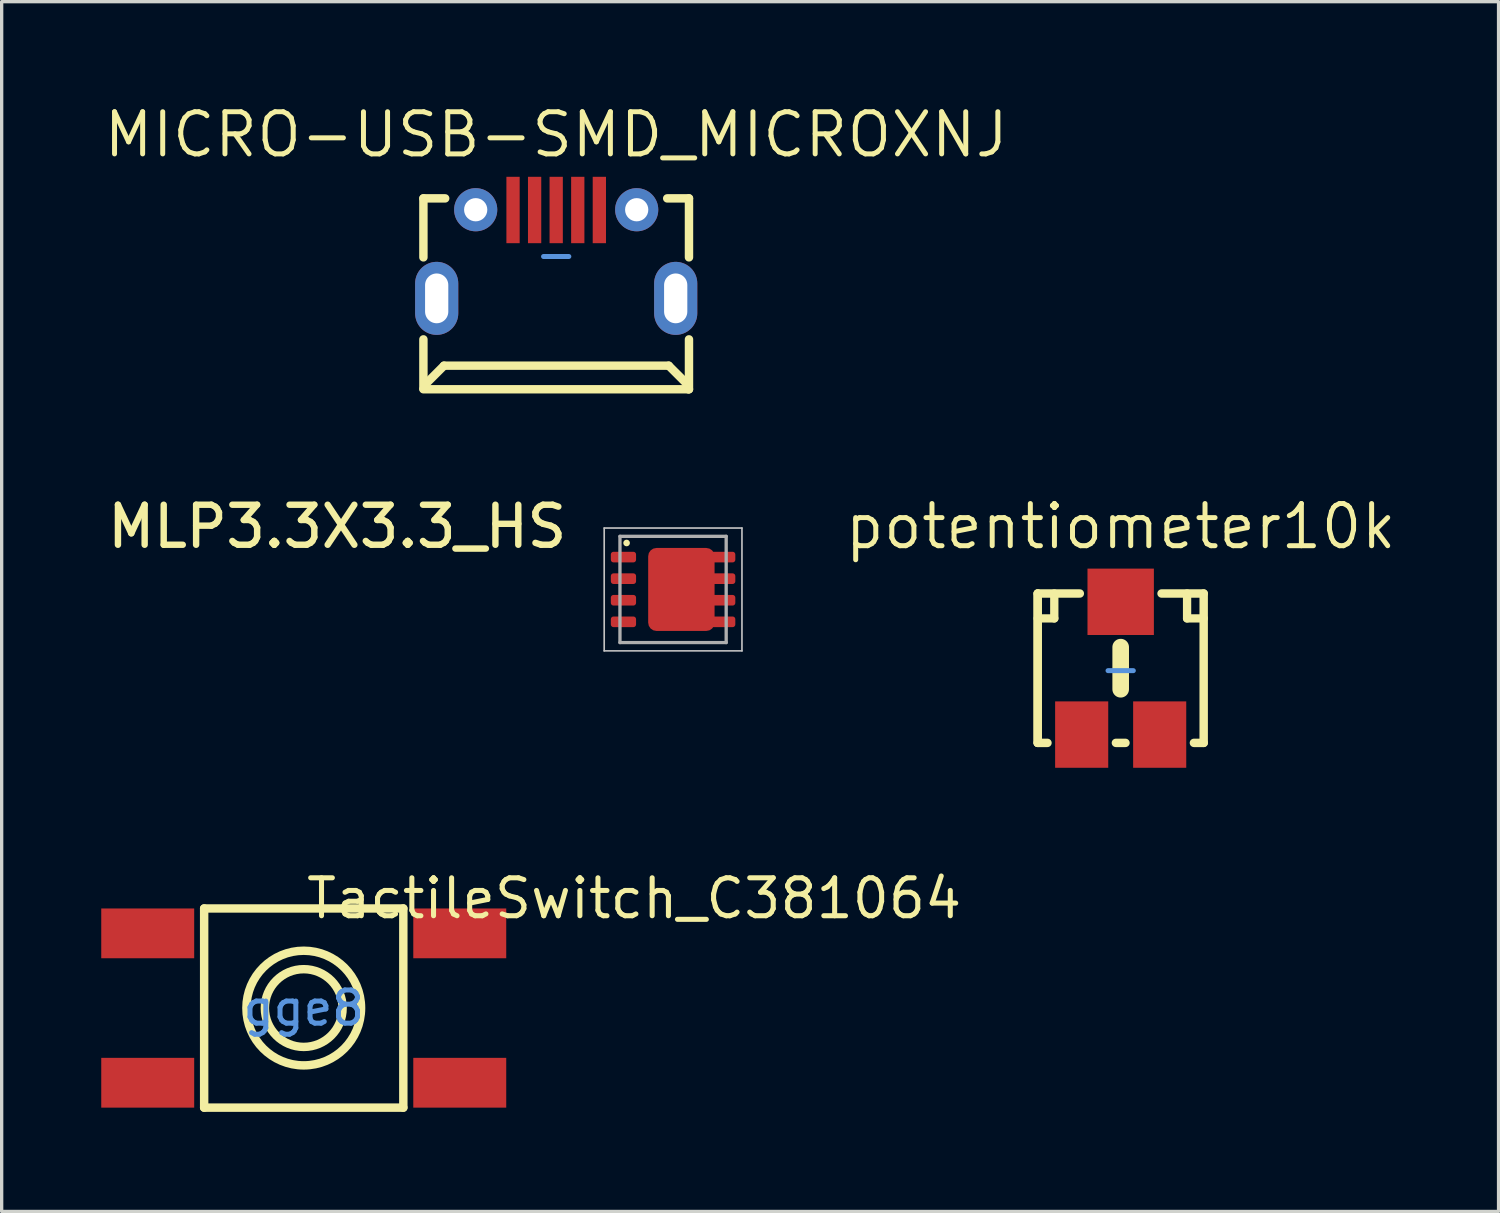
<source format=kicad_pcb>
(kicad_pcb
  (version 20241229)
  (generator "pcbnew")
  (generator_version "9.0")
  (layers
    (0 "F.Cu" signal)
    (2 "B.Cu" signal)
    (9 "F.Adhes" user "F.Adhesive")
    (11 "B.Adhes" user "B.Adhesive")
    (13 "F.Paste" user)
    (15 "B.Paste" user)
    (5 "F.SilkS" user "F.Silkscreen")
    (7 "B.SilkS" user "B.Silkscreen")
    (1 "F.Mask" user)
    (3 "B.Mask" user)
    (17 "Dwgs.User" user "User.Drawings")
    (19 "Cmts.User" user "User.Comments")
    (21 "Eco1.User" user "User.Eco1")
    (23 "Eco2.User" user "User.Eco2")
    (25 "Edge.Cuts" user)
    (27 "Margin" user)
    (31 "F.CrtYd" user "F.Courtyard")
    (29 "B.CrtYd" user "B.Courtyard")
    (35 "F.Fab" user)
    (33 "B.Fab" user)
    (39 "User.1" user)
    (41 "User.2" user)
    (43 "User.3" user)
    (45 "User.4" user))
  (footprint "potentiometer10k"
    (layer "F.Cu")
    (at 30.71 17.079)
    (property "Reference" "potentiometer10k" (at 0 -4.27 0) (layer "F.SilkS") (effects (font (size 1.27 1.27) (thickness 0.15))))
    (attr smd)
    (fp_line (start -2.5 -2.25) (end -2.5 2.25) (stroke (width 0.25) (type solid)) (layer "F.SilkS"))
    (fp_line (start -2.5 -2.25) (end -2.5 2.25) (stroke (width 0.254) (type solid)) (layer "F.SilkS"))
    (fp_line (start -2.5 2.25) (end -2.206 2.25) (stroke (width 0.254) (type solid)) (layer "F.SilkS"))
    (fp_line (start -2 -2.25) (end -2 -1.5) (stroke (width 0.25) (type solid)) (layer "F.SilkS"))
    (fp_line (start -2 -1.5) (end -2.5 -1.5) (stroke (width 0.25) (type solid)) (layer "F.SilkS"))
    (fp_line (start -1.231 -2.25) (end -2.5 -2.25) (stroke (width 0.254) (type solid)) (layer "F.SilkS"))
    (fp_line (start -0.144 2.25) (end 0.144 2.25) (stroke (width 0.254) (type solid)) (layer "F.SilkS"))
    (fp_line (start 0 0.635) (end 0 -0.635) (stroke (width 0.5) (type solid)) (layer "F.SilkS"))
    (fp_line (start 2 -2.25) (end 2 -1.5) (stroke (width 0.25) (type solid)) (layer "F.SilkS"))
    (fp_line (start 2 -1.5) (end 2.5 -1.5) (stroke (width 0.25) (type solid)) (layer "F.SilkS"))
    (fp_line (start 2.206 2.25) (end 2.5 2.25) (stroke (width 0.254) (type solid)) (layer "F.SilkS"))
    (fp_line (start 2.5 -2.25) (end 1.231 -2.25) (stroke (width 0.254) (type solid)) (layer "F.SilkS"))
    (fp_line (start 2.5 2.25) (end 2.5 -2.25) (stroke (width 0.254) (type solid)) (layer "F.SilkS"))
    (fp_text user "-" (at 0 0 0) (layer "Cmts.User") (effects (font (size 1 1) (thickness 0.15))))
    (pad "1" smd rect (at 1.175 2) (size 1.6 2) (layers "F.Cu" "F.Mask" "F.Paste"))
    (pad "2" smd rect (at 0 -2) (size 2 2) (layers "F.Cu" "F.Mask" "F.Paste"))
    (pad "3" smd rect (at -1.175 2) (size 1.6 2) (layers "F.Cu" "F.Mask" "F.Paste")))
  (footprint "TactileSwitch_C381064"
    (layer "F.Cu")
    (at 6.1 27.317)
    (property "Reference" "TactileSwitch_C381064" (at 0 -3.302 0) (layer "F.SilkS") (effects (font (size 1.143 1.143) (thickness 0.152)) (justify left)))
    (attr smd)
    (fp_line (start -3 -3) (end -3 3) (stroke (width 0.254) (type solid)) (layer "F.SilkS"))
    (fp_line (start -3 -3) (end 3 -3) (stroke (width 0.254) (type solid)) (layer "F.SilkS"))
    (fp_line (start -3 3) (end 3 3) (stroke (width 0.254) (type solid)) (layer "F.SilkS"))
    (fp_line (start 3 -3) (end 3 3) (stroke (width 0.254) (type solid)) (layer "F.SilkS"))
    (fp_circle (center 0 0) (end 1.171 0) (stroke (width 0.254) (type solid)) (fill no) (layer "F.SilkS"))
    (fp_circle (center 0 0) (end 1.727 0) (stroke (width 0.254) (type solid)) (fill no) (layer "F.SilkS"))
    (fp_text user "gge8" (at 0 0 0) (layer "Cmts.User") (effects (font (size 1 1) (thickness 0.15))))
    (pad "1" smd rect (at -4.7 -2.25) (size 2.8 1.5) (layers "F.Cu" "F.Mask" "F.Paste"))
    (pad "2" smd rect (at 4.7 -2.25) (size 2.8 1.5) (layers "F.Cu" "F.Mask" "F.Paste"))
    (pad "3" smd rect (at -4.7 2.25) (size 2.8 1.5) (layers "F.Cu" "F.Mask" "F.Paste"))
    (pad "4" smd rect (at 4.7 2.25) (size 2.8 1.5) (layers "F.Cu" "F.Mask" "F.Paste")))
  (footprint "MLP3.3X3.3_HS"
    (layer "F.Cu")
    (at 17.226 14.707)
    (property "Reference" "MLP3.3X3.3_HS" (at -3.1 -2.6 180) (layer "F.SilkS") (effects (font (size 1.206 1.206) (thickness 0.193)) (justify right top)))
    (attr through_hole)
    (fp_circle (center -1.4 -1.4) (end -1.35 -1.4) (stroke (width 0.1) (type solid)) (fill no) (layer "F.SilkS"))
    (fp_line (start -2.075 -1.85) (end -2.075 1.85) (stroke (width 0.05) (type solid)) (layer "Dwgs.User"))
    (fp_line (start -2.075 1.85) (end 2.075 1.85) (stroke (width 0.05) (type solid)) (layer "Dwgs.User"))
    (fp_line (start 2.075 -1.85) (end -2.075 -1.85) (stroke (width 0.05) (type solid)) (layer "Dwgs.User"))
    (fp_line (start 2.075 1.85) (end 2.075 -1.85) (stroke (width 0.05) (type solid)) (layer "Dwgs.User"))
    (fp_line (start -1.6 -1.6) (end 1.6 -1.6) (stroke (width 0.1) (type solid)) (layer "F.Fab"))
    (fp_line (start -1.6 1.6) (end -1.6 -1.6) (stroke (width 0.1) (type solid)) (layer "F.Fab"))
    (fp_line (start 1.6 -1.6) (end 1.6 1.6) (stroke (width 0.1) (type solid)) (layer "F.Fab"))
    (fp_line (start 1.6 1.6) (end -1.6 1.6) (stroke (width 0.1) (type solid)) (layer "F.Fab"))
    (pad "1" smd roundrect (at -1.495 -0.975 180) (size 0.76 0.32) (layers "F.Cu" "F.Mask" "F.Paste") (roundrect_rratio 0.25))
    (pad "2" smd roundrect (at -1.495 -0.325 180) (size 0.76 0.32) (layers "F.Cu" "F.Mask" "F.Paste") (roundrect_rratio 0.25))
    (pad "3" smd roundrect (at -1.495 0.325 180) (size 0.76 0.32) (layers "F.Cu" "F.Mask" "F.Paste") (roundrect_rratio 0.25))
    (pad "4" smd roundrect (at -1.495 0.975 180) (size 0.76 0.32) (layers "F.Cu" "F.Mask" "F.Paste") (roundrect_rratio 0.25))
    (pad "5" smd roundrect (at 1.495 0.975) (size 0.76 0.32) (layers "F.Cu" "F.Mask" "F.Paste") (roundrect_rratio 0.25))
    (pad "6" smd roundrect (at 1.495 0.325) (size 0.76 0.32) (layers "F.Cu" "F.Mask" "F.Paste") (roundrect_rratio 0.25))
    (pad "7" smd roundrect (at 1.495 -0.325) (size 0.76 0.32) (layers "F.Cu" "F.Mask" "F.Paste") (roundrect_rratio 0.25))
    (pad "8" smd roundrect (at 1.495 -0.975) (size 0.76 0.32) (layers "F.Cu" "F.Mask" "F.Paste") (roundrect_rratio 0.25))
    (pad "9" smd roundrect (at 0.25 0 270) (size 2.5 2) (layers "F.Cu" "F.Mask" "F.Paste") (roundrect_rratio 0.125)))
  (footprint "MICRO-USB-SMD_MICROXNJ"
    (layer "F.Cu")
    (at 13.705 4.603)
    (property "Reference" "MICRO-USB-SMD_MICROXNJ" (at 0 -3.597 0) (layer "F.SilkS") (effects (font (size 1.27 1.27) (thickness 0.15))))
    (attr smd)
    (fp_line (start -4 -1.677) (end -4 0.1) (stroke (width 0.254) (type solid)) (layer "F.SilkS"))
    (fp_line (start -4 2.57) (end -4 4.052) (stroke (width 0.254) (type solid)) (layer "F.SilkS"))
    (fp_line (start -3.97 3.953) (end -3.38 3.363) (stroke (width 0.254) (type solid)) (layer "F.SilkS"))
    (fp_line (start -3.97 4.052) (end -3.97 3.953) (stroke (width 0.254) (type solid)) (layer "F.SilkS"))
    (fp_line (start -3.344 -1.677) (end -4 -1.677) (stroke (width 0.254) (type solid)) (layer "F.SilkS"))
    (fp_line (start 3.39 3.363) (end -3.38 3.363) (stroke (width 0.254) (type solid)) (layer "F.SilkS"))
    (fp_line (start 3.98 3.953) (end 3.39 3.363) (stroke (width 0.254) (type solid)) (layer "F.SilkS"))
    (fp_line (start 3.98 4.073) (end 3.98 3.953) (stroke (width 0.254) (type solid)) (layer "F.SilkS"))
    (fp_line (start 4 -1.677) (end 3.344 -1.677) (stroke (width 0.254) (type solid)) (layer "F.SilkS"))
    (fp_line (start 4 -1.677) (end 4 0.1) (stroke (width 0.254) (type solid)) (layer "F.SilkS"))
    (fp_line (start 4 2.57) (end 4 4.073) (stroke (width 0.254) (type solid)) (layer "F.SilkS"))
    (fp_line (start 4 4.073) (end -4 4.073) (stroke (width 0.254) (type solid)) (layer "F.SilkS"))
    (fp_text user "-" (at 0 0 0) (layer "Cmts.User") (effects (font (size 1 1) (thickness 0.15))))
    (pad "1" smd rect (at -1.3 -1.327 270) (size 2 0.4) (layers "F.Cu" "F.Mask" "F.Paste"))
    (pad "2" smd rect (at -0.65 -1.327 270) (size 2 0.4) (layers "F.Cu" "F.Mask" "F.Paste"))
    (pad "3" smd rect (at 0 -1.327 270) (size 2 0.4) (layers "F.Cu" "F.Mask" "F.Paste"))
    (pad "4" smd rect (at 0.65 -1.327 270) (size 2 0.4) (layers "F.Cu" "F.Mask" "F.Paste"))
    (pad "5" smd rect (at 1.3 -1.327 270) (size 2 0.4) (layers "F.Cu" "F.Mask" "F.Paste"))
    (pad "6" thru_hole circle (at 2.425 -1.335) (size 1.3 1.3) (drill 0.7) (layers "*.Cu" "*.Paste" "*.Mask"))
    (pad "7" thru_hole oval (at 3.6 1.335) (size 1.3 2.2) (drill oval 0.7 1.5) (layers "*.Cu" "*.Paste" "*.Mask"))
    (pad "8" thru_hole oval (at -3.6 1.335) (size 1.3 2.2) (drill oval 0.7 1.5) (layers "*.Cu" "*.Paste" "*.Mask"))
    (pad "9" thru_hole circle (at -2.425 -1.335) (size 1.3 1.3) (drill 0.7) (layers "*.Cu" "*.Paste" "*.Mask")))
  (gr_rect
    (start -3 -3)
    (end 42.093 33.444)
    (stroke (width 0.1) (type default))
    (fill no)
    (layer "Edge.Cuts")))
</source>
